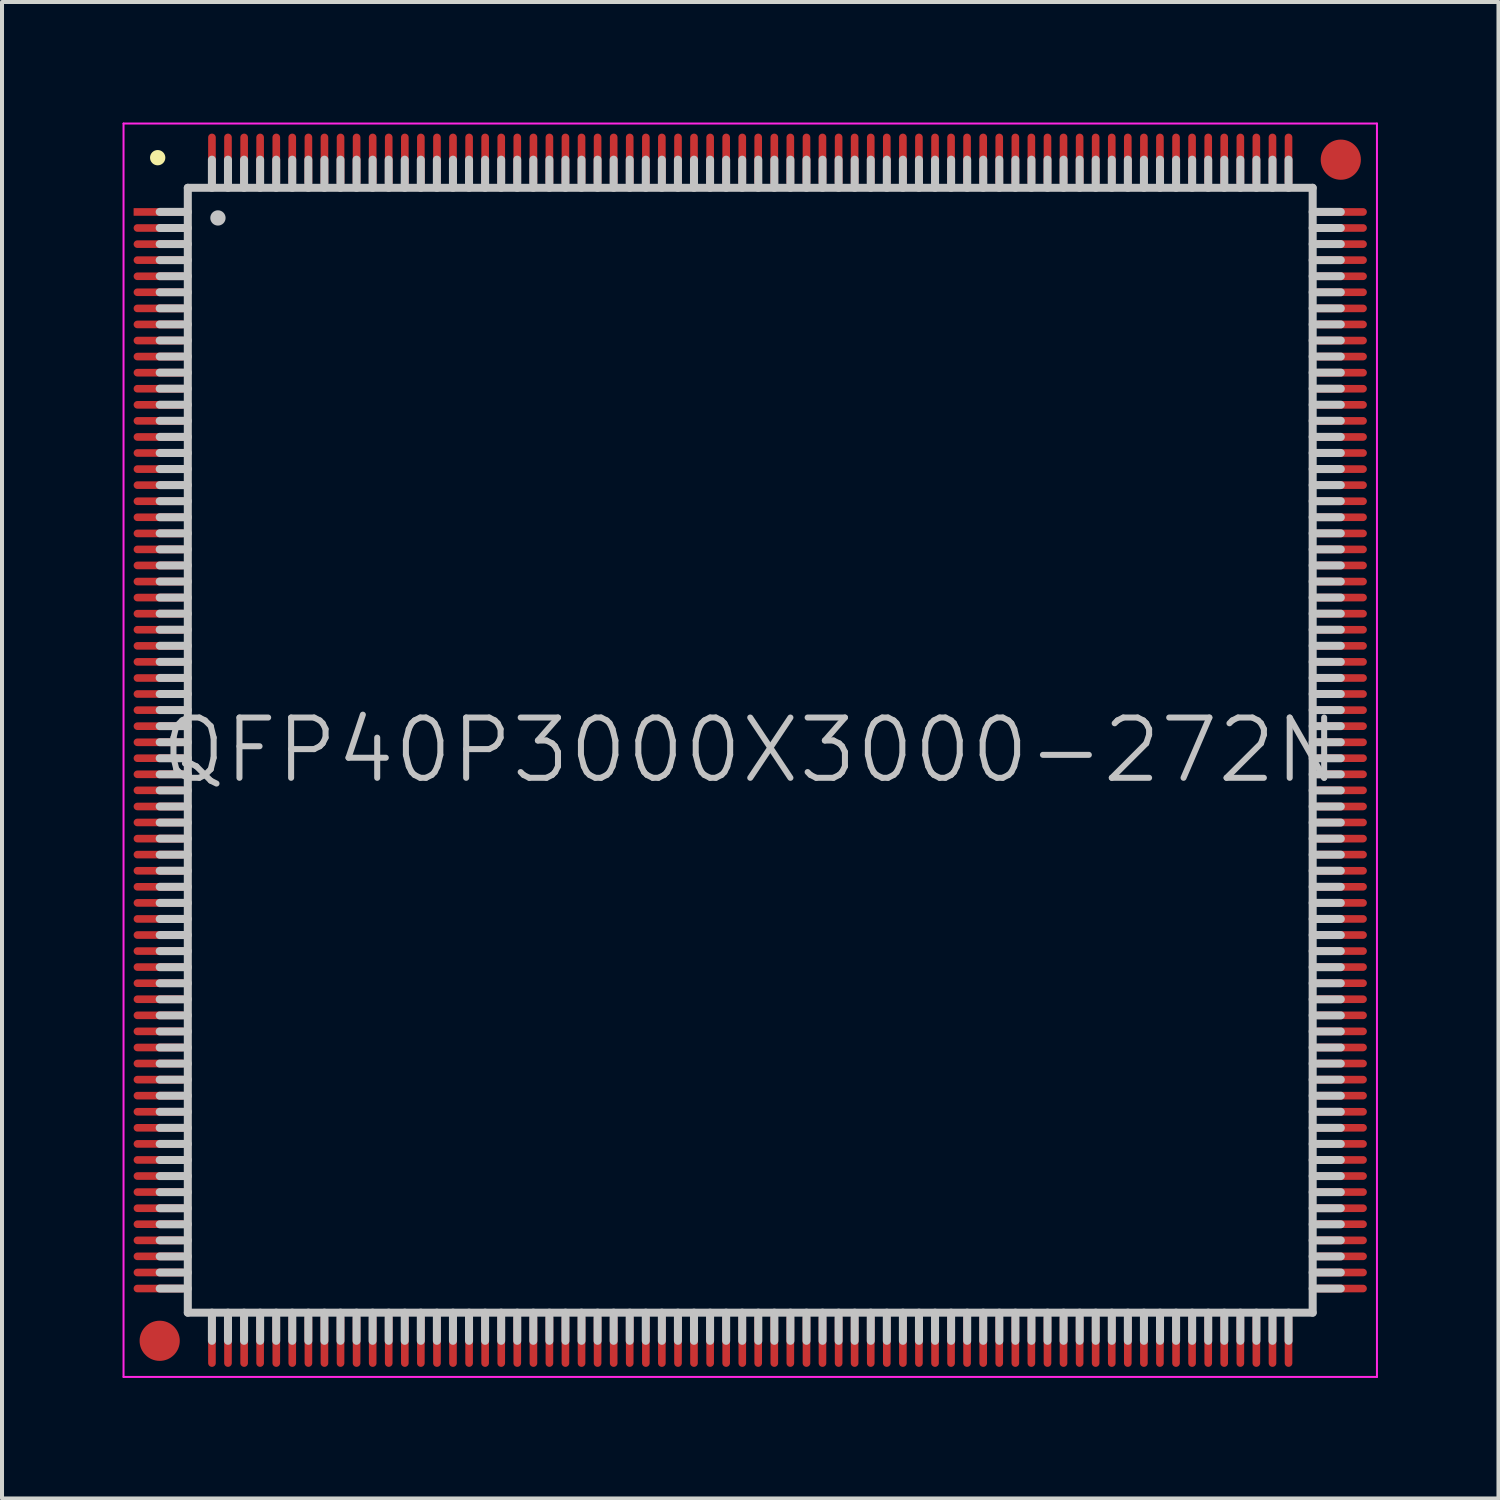
<source format=kicad_pcb>
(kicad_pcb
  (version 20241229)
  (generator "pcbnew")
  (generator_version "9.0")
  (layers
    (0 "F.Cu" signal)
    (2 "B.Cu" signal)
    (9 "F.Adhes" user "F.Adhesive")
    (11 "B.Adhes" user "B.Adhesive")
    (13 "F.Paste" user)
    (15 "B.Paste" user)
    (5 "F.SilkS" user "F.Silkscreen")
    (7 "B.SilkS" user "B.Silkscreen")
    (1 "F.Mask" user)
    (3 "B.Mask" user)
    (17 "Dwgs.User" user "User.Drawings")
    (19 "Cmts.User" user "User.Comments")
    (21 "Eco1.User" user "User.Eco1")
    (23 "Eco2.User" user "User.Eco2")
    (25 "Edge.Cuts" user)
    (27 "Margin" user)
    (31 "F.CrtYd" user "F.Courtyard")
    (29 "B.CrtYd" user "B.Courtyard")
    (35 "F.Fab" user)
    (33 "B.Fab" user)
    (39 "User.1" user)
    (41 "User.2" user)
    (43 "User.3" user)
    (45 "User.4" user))
  (footprint "QFP40P3000X3000-272N"
    (layer "F.Cu")
    (at 15.625 15.625)
    (property "Reference" "QFP40P3000X3000-272N" (at 0 0 0) (layer "Dwgs.User") (effects (font (size 1.5 1.5) (thickness 0.15))))
    (attr smd)
    (fp_line (start -14.75 -14.75) (end -14.75 -14.75) (stroke (width 0.381) (type solid)) (layer "F.SilkS"))
    (fp_line (start -14 -14) (end -14 14) (stroke (width 0.2) (type solid)) (layer "Dwgs.User"))
    (fp_line (start -14 -14) (end 14 -14) (stroke (width 0.2) (type solid)) (layer "Dwgs.User"))
    (fp_line (start -14 -13.4) (end -14.7 -13.4) (stroke (width 0.2) (type solid)) (layer "Dwgs.User"))
    (fp_line (start -14 -13) (end -14.7 -13) (stroke (width 0.2) (type solid)) (layer "Dwgs.User"))
    (fp_line (start -14 -12.6) (end -14.7 -12.6) (stroke (width 0.2) (type solid)) (layer "Dwgs.User"))
    (fp_line (start -14 -12.2) (end -14.7 -12.2) (stroke (width 0.2) (type solid)) (layer "Dwgs.User"))
    (fp_line (start -14 -11.8) (end -14.7 -11.8) (stroke (width 0.2) (type solid)) (layer "Dwgs.User"))
    (fp_line (start -14 -11.4) (end -14.7 -11.4) (stroke (width 0.2) (type solid)) (layer "Dwgs.User"))
    (fp_line (start -14 -11) (end -14.7 -11) (stroke (width 0.2) (type solid)) (layer "Dwgs.User"))
    (fp_line (start -14 -10.6) (end -14.7 -10.6) (stroke (width 0.2) (type solid)) (layer "Dwgs.User"))
    (fp_line (start -14 -10.2) (end -14.7 -10.2) (stroke (width 0.2) (type solid)) (layer "Dwgs.User"))
    (fp_line (start -14 -9.8) (end -14.7 -9.8) (stroke (width 0.2) (type solid)) (layer "Dwgs.User"))
    (fp_line (start -14 -9.4) (end -14.7 -9.4) (stroke (width 0.2) (type solid)) (layer "Dwgs.User"))
    (fp_line (start -14 -9) (end -14.7 -9) (stroke (width 0.2) (type solid)) (layer "Dwgs.User"))
    (fp_line (start -14 -8.6) (end -14.7 -8.6) (stroke (width 0.2) (type solid)) (layer "Dwgs.User"))
    (fp_line (start -14 -8.2) (end -14.7 -8.2) (stroke (width 0.2) (type solid)) (layer "Dwgs.User"))
    (fp_line (start -14 -7.8) (end -14.7 -7.8) (stroke (width 0.2) (type solid)) (layer "Dwgs.User"))
    (fp_line (start -14 -7.4) (end -14.7 -7.4) (stroke (width 0.2) (type solid)) (layer "Dwgs.User"))
    (fp_line (start -14 -7) (end -14.7 -7) (stroke (width 0.2) (type solid)) (layer "Dwgs.User"))
    (fp_line (start -14 -6.6) (end -14.7 -6.6) (stroke (width 0.2) (type solid)) (layer "Dwgs.User"))
    (fp_line (start -14 -6.2) (end -14.7 -6.2) (stroke (width 0.2) (type solid)) (layer "Dwgs.User"))
    (fp_line (start -14 -5.8) (end -14.7 -5.8) (stroke (width 0.2) (type solid)) (layer "Dwgs.User"))
    (fp_line (start -14 -5.4) (end -14.7 -5.4) (stroke (width 0.2) (type solid)) (layer "Dwgs.User"))
    (fp_line (start -14 -5) (end -14.7 -5) (stroke (width 0.2) (type solid)) (layer "Dwgs.User"))
    (fp_line (start -14 -4.6) (end -14.7 -4.6) (stroke (width 0.2) (type solid)) (layer "Dwgs.User"))
    (fp_line (start -14 -4.2) (end -14.7 -4.2) (stroke (width 0.2) (type solid)) (layer "Dwgs.User"))
    (fp_line (start -14 -3.8) (end -14.7 -3.8) (stroke (width 0.2) (type solid)) (layer "Dwgs.User"))
    (fp_line (start -14 -3.4) (end -14.7 -3.4) (stroke (width 0.2) (type solid)) (layer "Dwgs.User"))
    (fp_line (start -14 -3) (end -14.7 -3) (stroke (width 0.2) (type solid)) (layer "Dwgs.User"))
    (fp_line (start -14 -2.6) (end -14.7 -2.6) (stroke (width 0.2) (type solid)) (layer "Dwgs.User"))
    (fp_line (start -14 -2.2) (end -14.7 -2.2) (stroke (width 0.2) (type solid)) (layer "Dwgs.User"))
    (fp_line (start -14 -1.8) (end -14.7 -1.8) (stroke (width 0.2) (type solid)) (layer "Dwgs.User"))
    (fp_line (start -14 -1.4) (end -14.7 -1.4) (stroke (width 0.2) (type solid)) (layer "Dwgs.User"))
    (fp_line (start -14 -1) (end -14.7 -1) (stroke (width 0.2) (type solid)) (layer "Dwgs.User"))
    (fp_line (start -14 -0.6) (end -14.7 -0.6) (stroke (width 0.2) (type solid)) (layer "Dwgs.User"))
    (fp_line (start -14 -0.2) (end -14.7 -0.2) (stroke (width 0.2) (type solid)) (layer "Dwgs.User"))
    (fp_line (start -14 0.2) (end -14.7 0.2) (stroke (width 0.2) (type solid)) (layer "Dwgs.User"))
    (fp_line (start -14 0.6) (end -14.7 0.6) (stroke (width 0.2) (type solid)) (layer "Dwgs.User"))
    (fp_line (start -14 1) (end -14.7 1) (stroke (width 0.2) (type solid)) (layer "Dwgs.User"))
    (fp_line (start -14 1.4) (end -14.7 1.4) (stroke (width 0.2) (type solid)) (layer "Dwgs.User"))
    (fp_line (start -14 1.8) (end -14.7 1.8) (stroke (width 0.2) (type solid)) (layer "Dwgs.User"))
    (fp_line (start -14 2.2) (end -14.7 2.2) (stroke (width 0.2) (type solid)) (layer "Dwgs.User"))
    (fp_line (start -14 2.6) (end -14.7 2.6) (stroke (width 0.2) (type solid)) (layer "Dwgs.User"))
    (fp_line (start -14 3) (end -14.7 3) (stroke (width 0.2) (type solid)) (layer "Dwgs.User"))
    (fp_line (start -14 3.4) (end -14.7 3.4) (stroke (width 0.2) (type solid)) (layer "Dwgs.User"))
    (fp_line (start -14 3.8) (end -14.7 3.8) (stroke (width 0.2) (type solid)) (layer "Dwgs.User"))
    (fp_line (start -14 4.2) (end -14.7 4.2) (stroke (width 0.2) (type solid)) (layer "Dwgs.User"))
    (fp_line (start -14 4.6) (end -14.7 4.6) (stroke (width 0.2) (type solid)) (layer "Dwgs.User"))
    (fp_line (start -14 5) (end -14.7 5) (stroke (width 0.2) (type solid)) (layer "Dwgs.User"))
    (fp_line (start -14 5.4) (end -14.7 5.4) (stroke (width 0.2) (type solid)) (layer "Dwgs.User"))
    (fp_line (start -14 5.8) (end -14.7 5.8) (stroke (width 0.2) (type solid)) (layer "Dwgs.User"))
    (fp_line (start -14 6.2) (end -14.7 6.2) (stroke (width 0.2) (type solid)) (layer "Dwgs.User"))
    (fp_line (start -14 6.6) (end -14.7 6.6) (stroke (width 0.2) (type solid)) (layer "Dwgs.User"))
    (fp_line (start -14 7) (end -14.7 7) (stroke (width 0.2) (type solid)) (layer "Dwgs.User"))
    (fp_line (start -14 7.4) (end -14.7 7.4) (stroke (width 0.2) (type solid)) (layer "Dwgs.User"))
    (fp_line (start -14 7.8) (end -14.7 7.8) (stroke (width 0.2) (type solid)) (layer "Dwgs.User"))
    (fp_line (start -14 8.2) (end -14.7 8.2) (stroke (width 0.2) (type solid)) (layer "Dwgs.User"))
    (fp_line (start -14 8.6) (end -14.7 8.6) (stroke (width 0.2) (type solid)) (layer "Dwgs.User"))
    (fp_line (start -14 9) (end -14.7 9) (stroke (width 0.2) (type solid)) (layer "Dwgs.User"))
    (fp_line (start -14 9.4) (end -14.7 9.4) (stroke (width 0.2) (type solid)) (layer "Dwgs.User"))
    (fp_line (start -14 9.8) (end -14.7 9.8) (stroke (width 0.2) (type solid)) (layer "Dwgs.User"))
    (fp_line (start -14 10.2) (end -14.7 10.2) (stroke (width 0.2) (type solid)) (layer "Dwgs.User"))
    (fp_line (start -14 10.6) (end -14.7 10.6) (stroke (width 0.2) (type solid)) (layer "Dwgs.User"))
    (fp_line (start -14 11) (end -14.7 11) (stroke (width 0.2) (type solid)) (layer "Dwgs.User"))
    (fp_line (start -14 11.4) (end -14.7 11.4) (stroke (width 0.2) (type solid)) (layer "Dwgs.User"))
    (fp_line (start -14 11.8) (end -14.7 11.8) (stroke (width 0.2) (type solid)) (layer "Dwgs.User"))
    (fp_line (start -14 12.2) (end -14.7 12.2) (stroke (width 0.2) (type solid)) (layer "Dwgs.User"))
    (fp_line (start -14 12.6) (end -14.7 12.6) (stroke (width 0.2) (type solid)) (layer "Dwgs.User"))
    (fp_line (start -14 13) (end -14.7 13) (stroke (width 0.2) (type solid)) (layer "Dwgs.User"))
    (fp_line (start -14 13.4) (end -14.7 13.4) (stroke (width 0.2) (type solid)) (layer "Dwgs.User"))
    (fp_line (start -14 14) (end 14 14) (stroke (width 0.2) (type solid)) (layer "Dwgs.User"))
    (fp_line (start -13.4 -14) (end -13.4 -14.7) (stroke (width 0.2) (type solid)) (layer "Dwgs.User"))
    (fp_line (start -13.4 14.7) (end -13.4 14) (stroke (width 0.2) (type solid)) (layer "Dwgs.User"))
    (fp_line (start -13.25 -13.25) (end -13.25 -13.25) (stroke (width 0.381) (type solid)) (layer "Dwgs.User"))
    (fp_line (start -13 -14) (end -13 -14.7) (stroke (width 0.2) (type solid)) (layer "Dwgs.User"))
    (fp_line (start -13 14.7) (end -13 14) (stroke (width 0.2) (type solid)) (layer "Dwgs.User"))
    (fp_line (start -12.6 -14) (end -12.6 -14.7) (stroke (width 0.2) (type solid)) (layer "Dwgs.User"))
    (fp_line (start -12.6 14.7) (end -12.6 14) (stroke (width 0.2) (type solid)) (layer "Dwgs.User"))
    (fp_line (start -12.2 -14) (end -12.2 -14.7) (stroke (width 0.2) (type solid)) (layer "Dwgs.User"))
    (fp_line (start -12.2 14.7) (end -12.2 14) (stroke (width 0.2) (type solid)) (layer "Dwgs.User"))
    (fp_line (start -11.8 -14) (end -11.8 -14.7) (stroke (width 0.2) (type solid)) (layer "Dwgs.User"))
    (fp_line (start -11.8 14.7) (end -11.8 14) (stroke (width 0.2) (type solid)) (layer "Dwgs.User"))
    (fp_line (start -11.4 -14) (end -11.4 -14.7) (stroke (width 0.2) (type solid)) (layer "Dwgs.User"))
    (fp_line (start -11.4 14.7) (end -11.4 14) (stroke (width 0.2) (type solid)) (layer "Dwgs.User"))
    (fp_line (start -11 -14) (end -11 -14.7) (stroke (width 0.2) (type solid)) (layer "Dwgs.User"))
    (fp_line (start -11 14.7) (end -11 14) (stroke (width 0.2) (type solid)) (layer "Dwgs.User"))
    (fp_line (start -10.6 -14) (end -10.6 -14.7) (stroke (width 0.2) (type solid)) (layer "Dwgs.User"))
    (fp_line (start -10.6 14.7) (end -10.6 14) (stroke (width 0.2) (type solid)) (layer "Dwgs.User"))
    (fp_line (start -10.2 -14) (end -10.2 -14.7) (stroke (width 0.2) (type solid)) (layer "Dwgs.User"))
    (fp_line (start -10.2 14.7) (end -10.2 14) (stroke (width 0.2) (type solid)) (layer "Dwgs.User"))
    (fp_line (start -9.8 -14) (end -9.8 -14.7) (stroke (width 0.2) (type solid)) (layer "Dwgs.User"))
    (fp_line (start -9.8 14.7) (end -9.8 14) (stroke (width 0.2) (type solid)) (layer "Dwgs.User"))
    (fp_line (start -9.4 -14) (end -9.4 -14.7) (stroke (width 0.2) (type solid)) (layer "Dwgs.User"))
    (fp_line (start -9.4 14.7) (end -9.4 14) (stroke (width 0.2) (type solid)) (layer "Dwgs.User"))
    (fp_line (start -9 -14) (end -9 -14.7) (stroke (width 0.2) (type solid)) (layer "Dwgs.User"))
    (fp_line (start -9 14.7) (end -9 14) (stroke (width 0.2) (type solid)) (layer "Dwgs.User"))
    (fp_line (start -8.6 -14) (end -8.6 -14.7) (stroke (width 0.2) (type solid)) (layer "Dwgs.User"))
    (fp_line (start -8.6 14.7) (end -8.6 14) (stroke (width 0.2) (type solid)) (layer "Dwgs.User"))
    (fp_line (start -8.2 -14) (end -8.2 -14.7) (stroke (width 0.2) (type solid)) (layer "Dwgs.User"))
    (fp_line (start -8.2 14.7) (end -8.2 14) (stroke (width 0.2) (type solid)) (layer "Dwgs.User"))
    (fp_line (start -7.8 -14) (end -7.8 -14.7) (stroke (width 0.2) (type solid)) (layer "Dwgs.User"))
    (fp_line (start -7.8 14.7) (end -7.8 14) (stroke (width 0.2) (type solid)) (layer "Dwgs.User"))
    (fp_line (start -7.4 -14) (end -7.4 -14.7) (stroke (width 0.2) (type solid)) (layer "Dwgs.User"))
    (fp_line (start -7.4 14.7) (end -7.4 14) (stroke (width 0.2) (type solid)) (layer "Dwgs.User"))
    (fp_line (start -7 -14) (end -7 -14.7) (stroke (width 0.2) (type solid)) (layer "Dwgs.User"))
    (fp_line (start -7 14.7) (end -7 14) (stroke (width 0.2) (type solid)) (layer "Dwgs.User"))
    (fp_line (start -6.6 -14) (end -6.6 -14.7) (stroke (width 0.2) (type solid)) (layer "Dwgs.User"))
    (fp_line (start -6.6 14.7) (end -6.6 14) (stroke (width 0.2) (type solid)) (layer "Dwgs.User"))
    (fp_line (start -6.2 -14) (end -6.2 -14.7) (stroke (width 0.2) (type solid)) (layer "Dwgs.User"))
    (fp_line (start -6.2 14.7) (end -6.2 14) (stroke (width 0.2) (type solid)) (layer "Dwgs.User"))
    (fp_line (start -5.8 -14) (end -5.8 -14.7) (stroke (width 0.2) (type solid)) (layer "Dwgs.User"))
    (fp_line (start -5.8 14.7) (end -5.8 14) (stroke (width 0.2) (type solid)) (layer "Dwgs.User"))
    (fp_line (start -5.4 -14) (end -5.4 -14.7) (stroke (width 0.2) (type solid)) (layer "Dwgs.User"))
    (fp_line (start -5.4 14.7) (end -5.4 14) (stroke (width 0.2) (type solid)) (layer "Dwgs.User"))
    (fp_line (start -5 -14) (end -5 -14.7) (stroke (width 0.2) (type solid)) (layer "Dwgs.User"))
    (fp_line (start -5 14.7) (end -5 14) (stroke (width 0.2) (type solid)) (layer "Dwgs.User"))
    (fp_line (start -4.6 -14) (end -4.6 -14.7) (stroke (width 0.2) (type solid)) (layer "Dwgs.User"))
    (fp_line (start -4.6 14.7) (end -4.6 14) (stroke (width 0.2) (type solid)) (layer "Dwgs.User"))
    (fp_line (start -4.2 -14) (end -4.2 -14.7) (stroke (width 0.2) (type solid)) (layer "Dwgs.User"))
    (fp_line (start -4.2 14.7) (end -4.2 14) (stroke (width 0.2) (type solid)) (layer "Dwgs.User"))
    (fp_line (start -3.8 -14) (end -3.8 -14.7) (stroke (width 0.2) (type solid)) (layer "Dwgs.User"))
    (fp_line (start -3.8 14.7) (end -3.8 14) (stroke (width 0.2) (type solid)) (layer "Dwgs.User"))
    (fp_line (start -3.4 -14) (end -3.4 -14.7) (stroke (width 0.2) (type solid)) (layer "Dwgs.User"))
    (fp_line (start -3.4 14.7) (end -3.4 14) (stroke (width 0.2) (type solid)) (layer "Dwgs.User"))
    (fp_line (start -3 -14) (end -3 -14.7) (stroke (width 0.2) (type solid)) (layer "Dwgs.User"))
    (fp_line (start -3 14.7) (end -3 14) (stroke (width 0.2) (type solid)) (layer "Dwgs.User"))
    (fp_line (start -2.6 -14) (end -2.6 -14.7) (stroke (width 0.2) (type solid)) (layer "Dwgs.User"))
    (fp_line (start -2.6 14.7) (end -2.6 14) (stroke (width 0.2) (type solid)) (layer "Dwgs.User"))
    (fp_line (start -2.2 -14) (end -2.2 -14.7) (stroke (width 0.2) (type solid)) (layer "Dwgs.User"))
    (fp_line (start -2.2 14.7) (end -2.2 14) (stroke (width 0.2) (type solid)) (layer "Dwgs.User"))
    (fp_line (start -1.8 -14) (end -1.8 -14.7) (stroke (width 0.2) (type solid)) (layer "Dwgs.User"))
    (fp_line (start -1.8 14.7) (end -1.8 14) (stroke (width 0.2) (type solid)) (layer "Dwgs.User"))
    (fp_line (start -1.4 -14) (end -1.4 -14.7) (stroke (width 0.2) (type solid)) (layer "Dwgs.User"))
    (fp_line (start -1.4 14.7) (end -1.4 14) (stroke (width 0.2) (type solid)) (layer "Dwgs.User"))
    (fp_line (start -1 -14) (end -1 -14.7) (stroke (width 0.2) (type solid)) (layer "Dwgs.User"))
    (fp_line (start -1 14.7) (end -1 14) (stroke (width 0.2) (type solid)) (layer "Dwgs.User"))
    (fp_line (start -0.6 -14) (end -0.6 -14.7) (stroke (width 0.2) (type solid)) (layer "Dwgs.User"))
    (fp_line (start -0.6 14.7) (end -0.6 14) (stroke (width 0.2) (type solid)) (layer "Dwgs.User"))
    (fp_line (start -0.2 -14) (end -0.2 -14.7) (stroke (width 0.2) (type solid)) (layer "Dwgs.User"))
    (fp_line (start -0.2 14.7) (end -0.2 14) (stroke (width 0.2) (type solid)) (layer "Dwgs.User"))
    (fp_line (start 0.2 -14) (end 0.2 -14.7) (stroke (width 0.2) (type solid)) (layer "Dwgs.User"))
    (fp_line (start 0.2 14.7) (end 0.2 14) (stroke (width 0.2) (type solid)) (layer "Dwgs.User"))
    (fp_line (start 0.6 -14) (end 0.6 -14.7) (stroke (width 0.2) (type solid)) (layer "Dwgs.User"))
    (fp_line (start 0.6 14.7) (end 0.6 14) (stroke (width 0.2) (type solid)) (layer "Dwgs.User"))
    (fp_line (start 1 -14) (end 1 -14.7) (stroke (width 0.2) (type solid)) (layer "Dwgs.User"))
    (fp_line (start 1 14.7) (end 1 14) (stroke (width 0.2) (type solid)) (layer "Dwgs.User"))
    (fp_line (start 1.4 -14) (end 1.4 -14.7) (stroke (width 0.2) (type solid)) (layer "Dwgs.User"))
    (fp_line (start 1.4 14.7) (end 1.4 14) (stroke (width 0.2) (type solid)) (layer "Dwgs.User"))
    (fp_line (start 1.8 -14) (end 1.8 -14.7) (stroke (width 0.2) (type solid)) (layer "Dwgs.User"))
    (fp_line (start 1.8 14.7) (end 1.8 14) (stroke (width 0.2) (type solid)) (layer "Dwgs.User"))
    (fp_line (start 2.2 -14) (end 2.2 -14.7) (stroke (width 0.2) (type solid)) (layer "Dwgs.User"))
    (fp_line (start 2.2 14.7) (end 2.2 14) (stroke (width 0.2) (type solid)) (layer "Dwgs.User"))
    (fp_line (start 2.6 -14) (end 2.6 -14.7) (stroke (width 0.2) (type solid)) (layer "Dwgs.User"))
    (fp_line (start 2.6 14.7) (end 2.6 14) (stroke (width 0.2) (type solid)) (layer "Dwgs.User"))
    (fp_line (start 3 -14) (end 3 -14.7) (stroke (width 0.2) (type solid)) (layer "Dwgs.User"))
    (fp_line (start 3 14.7) (end 3 14) (stroke (width 0.2) (type solid)) (layer "Dwgs.User"))
    (fp_line (start 3.4 -14) (end 3.4 -14.7) (stroke (width 0.2) (type solid)) (layer "Dwgs.User"))
    (fp_line (start 3.4 14.7) (end 3.4 14) (stroke (width 0.2) (type solid)) (layer "Dwgs.User"))
    (fp_line (start 3.8 -14) (end 3.8 -14.7) (stroke (width 0.2) (type solid)) (layer "Dwgs.User"))
    (fp_line (start 3.8 14.7) (end 3.8 14) (stroke (width 0.2) (type solid)) (layer "Dwgs.User"))
    (fp_line (start 4.2 -14) (end 4.2 -14.7) (stroke (width 0.2) (type solid)) (layer "Dwgs.User"))
    (fp_line (start 4.2 14.7) (end 4.2 14) (stroke (width 0.2) (type solid)) (layer "Dwgs.User"))
    (fp_line (start 4.6 -14) (end 4.6 -14.7) (stroke (width 0.2) (type solid)) (layer "Dwgs.User"))
    (fp_line (start 4.6 14.7) (end 4.6 14) (stroke (width 0.2) (type solid)) (layer "Dwgs.User"))
    (fp_line (start 5 -14) (end 5 -14.7) (stroke (width 0.2) (type solid)) (layer "Dwgs.User"))
    (fp_line (start 5 14.7) (end 5 14) (stroke (width 0.2) (type solid)) (layer "Dwgs.User"))
    (fp_line (start 5.4 -14) (end 5.4 -14.7) (stroke (width 0.2) (type solid)) (layer "Dwgs.User"))
    (fp_line (start 5.4 14.7) (end 5.4 14) (stroke (width 0.2) (type solid)) (layer "Dwgs.User"))
    (fp_line (start 5.8 -14) (end 5.8 -14.7) (stroke (width 0.2) (type solid)) (layer "Dwgs.User"))
    (fp_line (start 5.8 14.7) (end 5.8 14) (stroke (width 0.2) (type solid)) (layer "Dwgs.User"))
    (fp_line (start 6.2 -14) (end 6.2 -14.7) (stroke (width 0.2) (type solid)) (layer "Dwgs.User"))
    (fp_line (start 6.2 14.7) (end 6.2 14) (stroke (width 0.2) (type solid)) (layer "Dwgs.User"))
    (fp_line (start 6.6 -14) (end 6.6 -14.7) (stroke (width 0.2) (type solid)) (layer "Dwgs.User"))
    (fp_line (start 6.6 14.7) (end 6.6 14) (stroke (width 0.2) (type solid)) (layer "Dwgs.User"))
    (fp_line (start 7 -14) (end 7 -14.7) (stroke (width 0.2) (type solid)) (layer "Dwgs.User"))
    (fp_line (start 7 14.7) (end 7 14) (stroke (width 0.2) (type solid)) (layer "Dwgs.User"))
    (fp_line (start 7.4 -14) (end 7.4 -14.7) (stroke (width 0.2) (type solid)) (layer "Dwgs.User"))
    (fp_line (start 7.4 14.7) (end 7.4 14) (stroke (width 0.2) (type solid)) (layer "Dwgs.User"))
    (fp_line (start 7.8 -14) (end 7.8 -14.7) (stroke (width 0.2) (type solid)) (layer "Dwgs.User"))
    (fp_line (start 7.8 14.7) (end 7.8 14) (stroke (width 0.2) (type solid)) (layer "Dwgs.User"))
    (fp_line (start 8.2 -14) (end 8.2 -14.7) (stroke (width 0.2) (type solid)) (layer "Dwgs.User"))
    (fp_line (start 8.2 14.7) (end 8.2 14) (stroke (width 0.2) (type solid)) (layer "Dwgs.User"))
    (fp_line (start 8.6 -14) (end 8.6 -14.7) (stroke (width 0.2) (type solid)) (layer "Dwgs.User"))
    (fp_line (start 8.6 14.7) (end 8.6 14) (stroke (width 0.2) (type solid)) (layer "Dwgs.User"))
    (fp_line (start 9 -14) (end 9 -14.7) (stroke (width 0.2) (type solid)) (layer "Dwgs.User"))
    (fp_line (start 9 14.7) (end 9 14) (stroke (width 0.2) (type solid)) (layer "Dwgs.User"))
    (fp_line (start 9.4 -14) (end 9.4 -14.7) (stroke (width 0.2) (type solid)) (layer "Dwgs.User"))
    (fp_line (start 9.4 14.7) (end 9.4 14) (stroke (width 0.2) (type solid)) (layer "Dwgs.User"))
    (fp_line (start 9.8 -14) (end 9.8 -14.7) (stroke (width 0.2) (type solid)) (layer "Dwgs.User"))
    (fp_line (start 9.8 14.7) (end 9.8 14) (stroke (width 0.2) (type solid)) (layer "Dwgs.User"))
    (fp_line (start 10.2 -14) (end 10.2 -14.7) (stroke (width 0.2) (type solid)) (layer "Dwgs.User"))
    (fp_line (start 10.2 14.7) (end 10.2 14) (stroke (width 0.2) (type solid)) (layer "Dwgs.User"))
    (fp_line (start 10.6 -14) (end 10.6 -14.7) (stroke (width 0.2) (type solid)) (layer "Dwgs.User"))
    (fp_line (start 10.6 14.7) (end 10.6 14) (stroke (width 0.2) (type solid)) (layer "Dwgs.User"))
    (fp_line (start 11 -14) (end 11 -14.7) (stroke (width 0.2) (type solid)) (layer "Dwgs.User"))
    (fp_line (start 11 14.7) (end 11 14) (stroke (width 0.2) (type solid)) (layer "Dwgs.User"))
    (fp_line (start 11.4 -14) (end 11.4 -14.7) (stroke (width 0.2) (type solid)) (layer "Dwgs.User"))
    (fp_line (start 11.4 14.7) (end 11.4 14) (stroke (width 0.2) (type solid)) (layer "Dwgs.User"))
    (fp_line (start 11.8 -14) (end 11.8 -14.7) (stroke (width 0.2) (type solid)) (layer "Dwgs.User"))
    (fp_line (start 11.8 14.7) (end 11.8 14) (stroke (width 0.2) (type solid)) (layer "Dwgs.User"))
    (fp_line (start 12.2 -14) (end 12.2 -14.7) (stroke (width 0.2) (type solid)) (layer "Dwgs.User"))
    (fp_line (start 12.2 14.7) (end 12.2 14) (stroke (width 0.2) (type solid)) (layer "Dwgs.User"))
    (fp_line (start 12.6 -14) (end 12.6 -14.7) (stroke (width 0.2) (type solid)) (layer "Dwgs.User"))
    (fp_line (start 12.6 14.7) (end 12.6 14) (stroke (width 0.2) (type solid)) (layer "Dwgs.User"))
    (fp_line (start 13 -14) (end 13 -14.7) (stroke (width 0.2) (type solid)) (layer "Dwgs.User"))
    (fp_line (start 13 14.7) (end 13 14) (stroke (width 0.2) (type solid)) (layer "Dwgs.User"))
    (fp_line (start 13.4 -14) (end 13.4 -14.7) (stroke (width 0.2) (type solid)) (layer "Dwgs.User"))
    (fp_line (start 13.4 14.7) (end 13.4 14) (stroke (width 0.2) (type solid)) (layer "Dwgs.User"))
    (fp_line (start 14 -14) (end 14 14) (stroke (width 0.2) (type solid)) (layer "Dwgs.User"))
    (fp_line (start 14.7 -13.4) (end 14 -13.4) (stroke (width 0.2) (type solid)) (layer "Dwgs.User"))
    (fp_line (start 14.7 -13) (end 14 -13) (stroke (width 0.2) (type solid)) (layer "Dwgs.User"))
    (fp_line (start 14.7 -12.6) (end 14 -12.6) (stroke (width 0.2) (type solid)) (layer "Dwgs.User"))
    (fp_line (start 14.7 -12.2) (end 14 -12.2) (stroke (width 0.2) (type solid)) (layer "Dwgs.User"))
    (fp_line (start 14.7 -11.8) (end 14 -11.8) (stroke (width 0.2) (type solid)) (layer "Dwgs.User"))
    (fp_line (start 14.7 -11.4) (end 14 -11.4) (stroke (width 0.2) (type solid)) (layer "Dwgs.User"))
    (fp_line (start 14.7 -11) (end 14 -11) (stroke (width 0.2) (type solid)) (layer "Dwgs.User"))
    (fp_line (start 14.7 -10.6) (end 14 -10.6) (stroke (width 0.2) (type solid)) (layer "Dwgs.User"))
    (fp_line (start 14.7 -10.2) (end 14 -10.2) (stroke (width 0.2) (type solid)) (layer "Dwgs.User"))
    (fp_line (start 14.7 -9.8) (end 14 -9.8) (stroke (width 0.2) (type solid)) (layer "Dwgs.User"))
    (fp_line (start 14.7 -9.4) (end 14 -9.4) (stroke (width 0.2) (type solid)) (layer "Dwgs.User"))
    (fp_line (start 14.7 -9) (end 14 -9) (stroke (width 0.2) (type solid)) (layer "Dwgs.User"))
    (fp_line (start 14.7 -8.6) (end 14 -8.6) (stroke (width 0.2) (type solid)) (layer "Dwgs.User"))
    (fp_line (start 14.7 -8.2) (end 14 -8.2) (stroke (width 0.2) (type solid)) (layer "Dwgs.User"))
    (fp_line (start 14.7 -7.8) (end 14 -7.8) (stroke (width 0.2) (type solid)) (layer "Dwgs.User"))
    (fp_line (start 14.7 -7.4) (end 14 -7.4) (stroke (width 0.2) (type solid)) (layer "Dwgs.User"))
    (fp_line (start 14.7 -7) (end 14 -7) (stroke (width 0.2) (type solid)) (layer "Dwgs.User"))
    (fp_line (start 14.7 -6.6) (end 14 -6.6) (stroke (width 0.2) (type solid)) (layer "Dwgs.User"))
    (fp_line (start 14.7 -6.2) (end 14 -6.2) (stroke (width 0.2) (type solid)) (layer "Dwgs.User"))
    (fp_line (start 14.7 -5.8) (end 14 -5.8) (stroke (width 0.2) (type solid)) (layer "Dwgs.User"))
    (fp_line (start 14.7 -5.4) (end 14 -5.4) (stroke (width 0.2) (type solid)) (layer "Dwgs.User"))
    (fp_line (start 14.7 -5) (end 14 -5) (stroke (width 0.2) (type solid)) (layer "Dwgs.User"))
    (fp_line (start 14.7 -4.6) (end 14 -4.6) (stroke (width 0.2) (type solid)) (layer "Dwgs.User"))
    (fp_line (start 14.7 -4.2) (end 14 -4.2) (stroke (width 0.2) (type solid)) (layer "Dwgs.User"))
    (fp_line (start 14.7 -3.8) (end 14 -3.8) (stroke (width 0.2) (type solid)) (layer "Dwgs.User"))
    (fp_line (start 14.7 -3.4) (end 14 -3.4) (stroke (width 0.2) (type solid)) (layer "Dwgs.User"))
    (fp_line (start 14.7 -3) (end 14 -3) (stroke (width 0.2) (type solid)) (layer "Dwgs.User"))
    (fp_line (start 14.7 -2.6) (end 14 -2.6) (stroke (width 0.2) (type solid)) (layer "Dwgs.User"))
    (fp_line (start 14.7 -2.2) (end 14 -2.2) (stroke (width 0.2) (type solid)) (layer "Dwgs.User"))
    (fp_line (start 14.7 -1.8) (end 14 -1.8) (stroke (width 0.2) (type solid)) (layer "Dwgs.User"))
    (fp_line (start 14.7 -1.4) (end 14 -1.4) (stroke (width 0.2) (type solid)) (layer "Dwgs.User"))
    (fp_line (start 14.7 -1) (end 14 -1) (stroke (width 0.2) (type solid)) (layer "Dwgs.User"))
    (fp_line (start 14.7 -0.6) (end 14 -0.6) (stroke (width 0.2) (type solid)) (layer "Dwgs.User"))
    (fp_line (start 14.7 -0.2) (end 14 -0.2) (stroke (width 0.2) (type solid)) (layer "Dwgs.User"))
    (fp_line (start 14.7 0.2) (end 14 0.2) (stroke (width 0.2) (type solid)) (layer "Dwgs.User"))
    (fp_line (start 14.7 0.6) (end 14 0.6) (stroke (width 0.2) (type solid)) (layer "Dwgs.User"))
    (fp_line (start 14.7 1) (end 14 1) (stroke (width 0.2) (type solid)) (layer "Dwgs.User"))
    (fp_line (start 14.7 1.4) (end 14 1.4) (stroke (width 0.2) (type solid)) (layer "Dwgs.User"))
    (fp_line (start 14.7 1.8) (end 14 1.8) (stroke (width 0.2) (type solid)) (layer "Dwgs.User"))
    (fp_line (start 14.7 2.2) (end 14 2.2) (stroke (width 0.2) (type solid)) (layer "Dwgs.User"))
    (fp_line (start 14.7 2.6) (end 14 2.6) (stroke (width 0.2) (type solid)) (layer "Dwgs.User"))
    (fp_line (start 14.7 3) (end 14 3) (stroke (width 0.2) (type solid)) (layer "Dwgs.User"))
    (fp_line (start 14.7 3.4) (end 14 3.4) (stroke (width 0.2) (type solid)) (layer "Dwgs.User"))
    (fp_line (start 14.7 3.8) (end 14 3.8) (stroke (width 0.2) (type solid)) (layer "Dwgs.User"))
    (fp_line (start 14.7 4.2) (end 14 4.2) (stroke (width 0.2) (type solid)) (layer "Dwgs.User"))
    (fp_line (start 14.7 4.6) (end 14 4.6) (stroke (width 0.2) (type solid)) (layer "Dwgs.User"))
    (fp_line (start 14.7 5) (end 14 5) (stroke (width 0.2) (type solid)) (layer "Dwgs.User"))
    (fp_line (start 14.7 5.4) (end 14 5.4) (stroke (width 0.2) (type solid)) (layer "Dwgs.User"))
    (fp_line (start 14.7 5.8) (end 14 5.8) (stroke (width 0.2) (type solid)) (layer "Dwgs.User"))
    (fp_line (start 14.7 6.2) (end 14 6.2) (stroke (width 0.2) (type solid)) (layer "Dwgs.User"))
    (fp_line (start 14.7 6.6) (end 14 6.6) (stroke (width 0.2) (type solid)) (layer "Dwgs.User"))
    (fp_line (start 14.7 7) (end 14 7) (stroke (width 0.2) (type solid)) (layer "Dwgs.User"))
    (fp_line (start 14.7 7.4) (end 14 7.4) (stroke (width 0.2) (type solid)) (layer "Dwgs.User"))
    (fp_line (start 14.7 7.8) (end 14 7.8) (stroke (width 0.2) (type solid)) (layer "Dwgs.User"))
    (fp_line (start 14.7 8.2) (end 14 8.2) (stroke (width 0.2) (type solid)) (layer "Dwgs.User"))
    (fp_line (start 14.7 8.6) (end 14 8.6) (stroke (width 0.2) (type solid)) (layer "Dwgs.User"))
    (fp_line (start 14.7 9) (end 14 9) (stroke (width 0.2) (type solid)) (layer "Dwgs.User"))
    (fp_line (start 14.7 9.4) (end 14 9.4) (stroke (width 0.2) (type solid)) (layer "Dwgs.User"))
    (fp_line (start 14.7 9.8) (end 14 9.8) (stroke (width 0.2) (type solid)) (layer "Dwgs.User"))
    (fp_line (start 14.7 10.2) (end 14 10.2) (stroke (width 0.2) (type solid)) (layer "Dwgs.User"))
    (fp_line (start 14.7 10.6) (end 14 10.6) (stroke (width 0.2) (type solid)) (layer "Dwgs.User"))
    (fp_line (start 14.7 11) (end 14 11) (stroke (width 0.2) (type solid)) (layer "Dwgs.User"))
    (fp_line (start 14.7 11.4) (end 14 11.4) (stroke (width 0.2) (type solid)) (layer "Dwgs.User"))
    (fp_line (start 14.7 11.8) (end 14 11.8) (stroke (width 0.2) (type solid)) (layer "Dwgs.User"))
    (fp_line (start 14.7 12.2) (end 14 12.2) (stroke (width 0.2) (type solid)) (layer "Dwgs.User"))
    (fp_line (start 14.7 12.6) (end 14 12.6) (stroke (width 0.2) (type solid)) (layer "Dwgs.User"))
    (fp_line (start 14.7 13) (end 14 13) (stroke (width 0.2) (type solid)) (layer "Dwgs.User"))
    (fp_line (start 14.7 13.4) (end 14 13.4) (stroke (width 0.2) (type solid)) (layer "Dwgs.User"))
    (fp_line (start -15.6 -15.6) (end -15.6 15.6) (stroke (width 0.05) (type solid)) (layer "F.CrtYd"))
    (fp_line (start -15.6 -15.6) (end 15.6 -15.6) (stroke (width 0.05) (type solid)) (layer "F.CrtYd"))
    (fp_line (start -15.6 15.6) (end 15.6 15.6) (stroke (width 0.05) (type solid)) (layer "F.CrtYd"))
    (fp_line (start 15.6 -15.6) (end 15.6 15.6) (stroke (width 0.05) (type solid)) (layer "F.CrtYd"))
    (pad "" smd circle (at -14.7 14.7) (size 1 1) (layers "F.Cu" "F.Mask"))
    (pad "" smd circle (at 14.7 -14.7) (size 1 1) (layers "F.Cu" "F.Mask"))
    (pad "1" smd rect (at -14.699 -13.399 90) (size 0.19 1.3) (layers "F.Cu" "F.Mask" "F.Paste"))
    (pad "2" smd oval (at -14.699 -13 90) (size 0.19 1.3) (layers "F.Cu" "F.Mask" "F.Paste"))
    (pad "3" smd oval (at -14.699 -12.598 90) (size 0.19 1.3) (layers "F.Cu" "F.Mask" "F.Paste"))
    (pad "4" smd oval (at -14.699 -12.2 90) (size 0.19 1.3) (layers "F.Cu" "F.Mask" "F.Paste"))
    (pad "5" smd oval (at -14.699 -11.798 90) (size 0.19 1.3) (layers "F.Cu" "F.Mask" "F.Paste"))
    (pad "6" smd oval (at -14.699 -11.4 90) (size 0.19 1.3) (layers "F.Cu" "F.Mask" "F.Paste"))
    (pad "7" smd oval (at -14.699 -10.998 90) (size 0.19 1.3) (layers "F.Cu" "F.Mask" "F.Paste"))
    (pad "8" smd oval (at -14.699 -10.599 90) (size 0.19 1.3) (layers "F.Cu" "F.Mask" "F.Paste"))
    (pad "9" smd oval (at -14.699 -10.198 90) (size 0.19 1.3) (layers "F.Cu" "F.Mask" "F.Paste"))
    (pad "10" smd oval (at -14.699 -9.799 90) (size 0.19 1.3) (layers "F.Cu" "F.Mask" "F.Paste"))
    (pad "11" smd oval (at -14.699 -9.398 90) (size 0.19 1.3) (layers "F.Cu" "F.Mask" "F.Paste"))
    (pad "12" smd oval (at -14.699 -8.999 90) (size 0.19 1.3) (layers "F.Cu" "F.Mask" "F.Paste"))
    (pad "13" smd oval (at -14.699 -8.598 90) (size 0.19 1.3) (layers "F.Cu" "F.Mask" "F.Paste"))
    (pad "14" smd oval (at -14.699 -8.199 90) (size 0.19 1.3) (layers "F.Cu" "F.Mask" "F.Paste"))
    (pad "15" smd oval (at -14.699 -7.798 90) (size 0.19 1.3) (layers "F.Cu" "F.Mask" "F.Paste"))
    (pad "16" smd oval (at -14.699 -7.399 90) (size 0.19 1.3) (layers "F.Cu" "F.Mask" "F.Paste"))
    (pad "17" smd oval (at -14.699 -6.998 90) (size 0.19 1.3) (layers "F.Cu" "F.Mask" "F.Paste"))
    (pad "18" smd oval (at -14.699 -6.599 90) (size 0.19 1.3) (layers "F.Cu" "F.Mask" "F.Paste"))
    (pad "19" smd oval (at -14.699 -6.198 90) (size 0.19 1.3) (layers "F.Cu" "F.Mask" "F.Paste"))
    (pad "20" smd oval (at -14.699 -5.799 90) (size 0.19 1.3) (layers "F.Cu" "F.Mask" "F.Paste"))
    (pad "21" smd oval (at -14.699 -5.397 90) (size 0.19 1.3) (layers "F.Cu" "F.Mask" "F.Paste"))
    (pad "22" smd oval (at -14.699 -4.999 90) (size 0.19 1.3) (layers "F.Cu" "F.Mask" "F.Paste"))
    (pad "23" smd oval (at -14.699 -4.6 90) (size 0.19 1.3) (layers "F.Cu" "F.Mask" "F.Paste"))
    (pad "24" smd oval (at -14.699 -4.199 90) (size 0.19 1.3) (layers "F.Cu" "F.Mask" "F.Paste"))
    (pad "25" smd oval (at -14.699 -3.8 90) (size 0.19 1.3) (layers "F.Cu" "F.Mask" "F.Paste"))
    (pad "26" smd oval (at -14.699 -3.399 90) (size 0.19 1.3) (layers "F.Cu" "F.Mask" "F.Paste"))
    (pad "27" smd oval (at -14.699 -3 90) (size 0.19 1.3) (layers "F.Cu" "F.Mask" "F.Paste"))
    (pad "28" smd oval (at -14.699 -2.598 90) (size 0.19 1.3) (layers "F.Cu" "F.Mask" "F.Paste"))
    (pad "29" smd oval (at -14.699 -2.2 90) (size 0.19 1.3) (layers "F.Cu" "F.Mask" "F.Paste"))
    (pad "30" smd oval (at -14.699 -1.798 90) (size 0.19 1.3) (layers "F.Cu" "F.Mask" "F.Paste"))
    (pad "31" smd oval (at -14.699 -1.4 90) (size 0.19 1.3) (layers "F.Cu" "F.Mask" "F.Paste"))
    (pad "32" smd oval (at -14.699 -0.998 90) (size 0.19 1.3) (layers "F.Cu" "F.Mask" "F.Paste"))
    (pad "33" smd oval (at -14.699 -0.599 90) (size 0.19 1.3) (layers "F.Cu" "F.Mask" "F.Paste"))
    (pad "34" smd oval (at -14.699 -0.198 90) (size 0.19 1.3) (layers "F.Cu" "F.Mask" "F.Paste"))
    (pad "35" smd oval (at -14.699 0.198 90) (size 0.19 1.3) (layers "F.Cu" "F.Mask" "F.Paste"))
    (pad "36" smd oval (at -14.699 0.599 90) (size 0.19 1.3) (layers "F.Cu" "F.Mask" "F.Paste"))
    (pad "37" smd oval (at -14.699 0.998 90) (size 0.19 1.3) (layers "F.Cu" "F.Mask" "F.Paste"))
    (pad "38" smd oval (at -14.699 1.4 90) (size 0.19 1.3) (layers "F.Cu" "F.Mask" "F.Paste"))
    (pad "39" smd oval (at -14.699 1.798 90) (size 0.19 1.3) (layers "F.Cu" "F.Mask" "F.Paste"))
    (pad "40" smd oval (at -14.699 2.2 90) (size 0.19 1.3) (layers "F.Cu" "F.Mask" "F.Paste"))
    (pad "41" smd oval (at -14.699 2.598 90) (size 0.19 1.3) (layers "F.Cu" "F.Mask" "F.Paste"))
    (pad "42" smd oval (at -14.699 3 90) (size 0.19 1.3) (layers "F.Cu" "F.Mask" "F.Paste"))
    (pad "43" smd oval (at -14.699 3.399 90) (size 0.19 1.3) (layers "F.Cu" "F.Mask" "F.Paste"))
    (pad "44" smd oval (at -14.699 3.8 90) (size 0.19 1.3) (layers "F.Cu" "F.Mask" "F.Paste"))
    (pad "45" smd oval (at -14.699 4.199 90) (size 0.19 1.3) (layers "F.Cu" "F.Mask" "F.Paste"))
    (pad "46" smd oval (at -14.699 4.6 90) (size 0.19 1.3) (layers "F.Cu" "F.Mask" "F.Paste"))
    (pad "47" smd oval (at -14.699 4.999 90) (size 0.19 1.3) (layers "F.Cu" "F.Mask" "F.Paste"))
    (pad "48" smd oval (at -14.699 5.397 90) (size 0.19 1.3) (layers "F.Cu" "F.Mask" "F.Paste"))
    (pad "49" smd oval (at -14.699 5.799 90) (size 0.19 1.3) (layers "F.Cu" "F.Mask" "F.Paste"))
    (pad "50" smd oval (at -14.699 6.198 90) (size 0.19 1.3) (layers "F.Cu" "F.Mask" "F.Paste"))
    (pad "51" smd oval (at -14.699 6.599 90) (size 0.19 1.3) (layers "F.Cu" "F.Mask" "F.Paste"))
    (pad "52" smd oval (at -14.699 6.998 90) (size 0.19 1.3) (layers "F.Cu" "F.Mask" "F.Paste"))
    (pad "53" smd oval (at -14.699 7.399 90) (size 0.19 1.3) (layers "F.Cu" "F.Mask" "F.Paste"))
    (pad "54" smd oval (at -14.699 7.798 90) (size 0.19 1.3) (layers "F.Cu" "F.Mask" "F.Paste"))
    (pad "55" smd oval (at -14.699 8.199 90) (size 0.19 1.3) (layers "F.Cu" "F.Mask" "F.Paste"))
    (pad "56" smd oval (at -14.699 8.598 90) (size 0.19 1.3) (layers "F.Cu" "F.Mask" "F.Paste"))
    (pad "57" smd oval (at -14.699 8.999 90) (size 0.19 1.3) (layers "F.Cu" "F.Mask" "F.Paste"))
    (pad "58" smd oval (at -14.699 9.398 90) (size 0.19 1.3) (layers "F.Cu" "F.Mask" "F.Paste"))
    (pad "59" smd oval (at -14.699 9.799 90) (size 0.19 1.3) (layers "F.Cu" "F.Mask" "F.Paste"))
    (pad "60" smd oval (at -14.699 10.198 90) (size 0.19 1.3) (layers "F.Cu" "F.Mask" "F.Paste"))
    (pad "61" smd oval (at -14.699 10.599 90) (size 0.19 1.3) (layers "F.Cu" "F.Mask" "F.Paste"))
    (pad "62" smd oval (at -14.699 10.998 90) (size 0.19 1.3) (layers "F.Cu" "F.Mask" "F.Paste"))
    (pad "63" smd oval (at -14.699 11.4 90) (size 0.19 1.3) (layers "F.Cu" "F.Mask" "F.Paste"))
    (pad "64" smd oval (at -14.699 11.798 90) (size 0.19 1.3) (layers "F.Cu" "F.Mask" "F.Paste"))
    (pad "65" smd oval (at -14.699 12.2 90) (size 0.19 1.3) (layers "F.Cu" "F.Mask" "F.Paste"))
    (pad "66" smd oval (at -14.699 12.598 90) (size 0.19 1.3) (layers "F.Cu" "F.Mask" "F.Paste"))
    (pad "67" smd oval (at -14.699 13 90) (size 0.19 1.3) (layers "F.Cu" "F.Mask" "F.Paste"))
    (pad "68" smd oval (at -14.699 13.399 90) (size 0.19 1.3) (layers "F.Cu" "F.Mask" "F.Paste"))
    (pad "69" smd oval (at -13.399 14.699 180) (size 0.19 1.3) (layers "F.Cu" "F.Mask" "F.Paste"))
    (pad "70" smd oval (at -13 14.699 180) (size 0.19 1.3) (layers "F.Cu" "F.Mask" "F.Paste"))
    (pad "71" smd oval (at -12.598 14.699 180) (size 0.19 1.3) (layers "F.Cu" "F.Mask" "F.Paste"))
    (pad "72" smd oval (at -12.2 14.699 180) (size 0.19 1.3) (layers "F.Cu" "F.Mask" "F.Paste"))
    (pad "73" smd oval (at -11.798 14.699 180) (size 0.19 1.3) (layers "F.Cu" "F.Mask" "F.Paste"))
    (pad "74" smd oval (at -11.4 14.699 180) (size 0.19 1.3) (layers "F.Cu" "F.Mask" "F.Paste"))
    (pad "75" smd oval (at -10.998 14.699 180) (size 0.19 1.3) (layers "F.Cu" "F.Mask" "F.Paste"))
    (pad "76" smd oval (at -10.599 14.699 180) (size 0.19 1.3) (layers "F.Cu" "F.Mask" "F.Paste"))
    (pad "77" smd oval (at -10.198 14.699 180) (size 0.19 1.3) (layers "F.Cu" "F.Mask" "F.Paste"))
    (pad "78" smd oval (at -9.799 14.699 180) (size 0.19 1.3) (layers "F.Cu" "F.Mask" "F.Paste"))
    (pad "79" smd oval (at -9.398 14.699 180) (size 0.19 1.3) (layers "F.Cu" "F.Mask" "F.Paste"))
    (pad "80" smd oval (at -8.999 14.699 180) (size 0.19 1.3) (layers "F.Cu" "F.Mask" "F.Paste"))
    (pad "81" smd oval (at -8.598 14.699 180) (size 0.19 1.3) (layers "F.Cu" "F.Mask" "F.Paste"))
    (pad "82" smd oval (at -8.199 14.699 180) (size 0.19 1.3) (layers "F.Cu" "F.Mask" "F.Paste"))
    (pad "83" smd oval (at -7.798 14.699 180) (size 0.19 1.3) (layers "F.Cu" "F.Mask" "F.Paste"))
    (pad "84" smd oval (at -7.399 14.699 180) (size 0.19 1.3) (layers "F.Cu" "F.Mask" "F.Paste"))
    (pad "85" smd oval (at -6.998 14.699 180) (size 0.19 1.3) (layers "F.Cu" "F.Mask" "F.Paste"))
    (pad "86" smd oval (at -6.599 14.699 180) (size 0.19 1.3) (layers "F.Cu" "F.Mask" "F.Paste"))
    (pad "87" smd oval (at -6.198 14.699 180) (size 0.19 1.3) (layers "F.Cu" "F.Mask" "F.Paste"))
    (pad "88" smd oval (at -5.799 14.699 180) (size 0.19 1.3) (layers "F.Cu" "F.Mask" "F.Paste"))
    (pad "89" smd oval (at -5.397 14.699 180) (size 0.19 1.3) (layers "F.Cu" "F.Mask" "F.Paste"))
    (pad "90" smd oval (at -4.999 14.699 180) (size 0.19 1.3) (layers "F.Cu" "F.Mask" "F.Paste"))
    (pad "91" smd oval (at -4.6 14.699 180) (size 0.19 1.3) (layers "F.Cu" "F.Mask" "F.Paste"))
    (pad "92" smd oval (at -4.199 14.699 180) (size 0.19 1.3) (layers "F.Cu" "F.Mask" "F.Paste"))
    (pad "93" smd oval (at -3.8 14.699 180) (size 0.19 1.3) (layers "F.Cu" "F.Mask" "F.Paste"))
    (pad "94" smd oval (at -3.399 14.699 180) (size 0.19 1.3) (layers "F.Cu" "F.Mask" "F.Paste"))
    (pad "95" smd oval (at -3 14.699 180) (size 0.19 1.3) (layers "F.Cu" "F.Mask" "F.Paste"))
    (pad "96" smd oval (at -2.598 14.699 180) (size 0.19 1.3) (layers "F.Cu" "F.Mask" "F.Paste"))
    (pad "97" smd oval (at -2.2 14.699 180) (size 0.19 1.3) (layers "F.Cu" "F.Mask" "F.Paste"))
    (pad "98" smd oval (at -1.798 14.699 180) (size 0.19 1.3) (layers "F.Cu" "F.Mask" "F.Paste"))
    (pad "99" smd oval (at -1.4 14.699 180) (size 0.19 1.3) (layers "F.Cu" "F.Mask" "F.Paste"))
    (pad "100" smd oval (at -0.998 14.699 180) (size 0.19 1.3) (layers "F.Cu" "F.Mask" "F.Paste"))
    (pad "101" smd oval (at -0.599 14.699 180) (size 0.19 1.3) (layers "F.Cu" "F.Mask" "F.Paste"))
    (pad "102" smd oval (at -0.198 14.699 180) (size 0.19 1.3) (layers "F.Cu" "F.Mask" "F.Paste"))
    (pad "103" smd oval (at 0.198 14.699 180) (size 0.19 1.3) (layers "F.Cu" "F.Mask" "F.Paste"))
    (pad "104" smd oval (at 0.599 14.699 180) (size 0.19 1.3) (layers "F.Cu" "F.Mask" "F.Paste"))
    (pad "105" smd oval (at 0.998 14.699 180) (size 0.19 1.3) (layers "F.Cu" "F.Mask" "F.Paste"))
    (pad "106" smd oval (at 1.4 14.699 180) (size 0.19 1.3) (layers "F.Cu" "F.Mask" "F.Paste"))
    (pad "107" smd oval (at 1.798 14.699 180) (size 0.19 1.3) (layers "F.Cu" "F.Mask" "F.Paste"))
    (pad "108" smd oval (at 2.2 14.699 180) (size 0.19 1.3) (layers "F.Cu" "F.Mask" "F.Paste"))
    (pad "109" smd oval (at 2.598 14.699 180) (size 0.19 1.3) (layers "F.Cu" "F.Mask" "F.Paste"))
    (pad "110" smd oval (at 3 14.699 180) (size 0.19 1.3) (layers "F.Cu" "F.Mask" "F.Paste"))
    (pad "111" smd oval (at 3.399 14.699 180) (size 0.19 1.3) (layers "F.Cu" "F.Mask" "F.Paste"))
    (pad "112" smd oval (at 3.8 14.699 180) (size 0.19 1.3) (layers "F.Cu" "F.Mask" "F.Paste"))
    (pad "113" smd oval (at 4.199 14.699 180) (size 0.19 1.3) (layers "F.Cu" "F.Mask" "F.Paste"))
    (pad "114" smd oval (at 4.6 14.699 180) (size 0.19 1.3) (layers "F.Cu" "F.Mask" "F.Paste"))
    (pad "115" smd oval (at 4.999 14.699 180) (size 0.19 1.3) (layers "F.Cu" "F.Mask" "F.Paste"))
    (pad "116" smd oval (at 5.397 14.699 180) (size 0.19 1.3) (layers "F.Cu" "F.Mask" "F.Paste"))
    (pad "117" smd oval (at 5.799 14.699 180) (size 0.19 1.3) (layers "F.Cu" "F.Mask" "F.Paste"))
    (pad "118" smd oval (at 6.198 14.699 180) (size 0.19 1.3) (layers "F.Cu" "F.Mask" "F.Paste"))
    (pad "119" smd oval (at 6.599 14.699 180) (size 0.19 1.3) (layers "F.Cu" "F.Mask" "F.Paste"))
    (pad "120" smd oval (at 6.998 14.699 180) (size 0.19 1.3) (layers "F.Cu" "F.Mask" "F.Paste"))
    (pad "121" smd oval (at 7.399 14.699 180) (size 0.19 1.3) (layers "F.Cu" "F.Mask" "F.Paste"))
    (pad "122" smd oval (at 7.798 14.699 180) (size 0.19 1.3) (layers "F.Cu" "F.Mask" "F.Paste"))
    (pad "123" smd oval (at 8.199 14.699 180) (size 0.19 1.3) (layers "F.Cu" "F.Mask" "F.Paste"))
    (pad "124" smd oval (at 8.598 14.699 180) (size 0.19 1.3) (layers "F.Cu" "F.Mask" "F.Paste"))
    (pad "125" smd oval (at 8.999 14.699 180) (size 0.19 1.3) (layers "F.Cu" "F.Mask" "F.Paste"))
    (pad "126" smd oval (at 9.398 14.699 180) (size 0.19 1.3) (layers "F.Cu" "F.Mask" "F.Paste"))
    (pad "127" smd oval (at 9.799 14.699 180) (size 0.19 1.3) (layers "F.Cu" "F.Mask" "F.Paste"))
    (pad "128" smd oval (at 10.198 14.699 180) (size 0.19 1.3) (layers "F.Cu" "F.Mask" "F.Paste"))
    (pad "129" smd oval (at 10.599 14.699 180) (size 0.19 1.3) (layers "F.Cu" "F.Mask" "F.Paste"))
    (pad "130" smd oval (at 10.998 14.699 180) (size 0.19 1.3) (layers "F.Cu" "F.Mask" "F.Paste"))
    (pad "131" smd oval (at 11.4 14.699 180) (size 0.19 1.3) (layers "F.Cu" "F.Mask" "F.Paste"))
    (pad "132" smd oval (at 11.798 14.699 180) (size 0.19 1.3) (layers "F.Cu" "F.Mask" "F.Paste"))
    (pad "133" smd oval (at 12.2 14.699 180) (size 0.19 1.3) (layers "F.Cu" "F.Mask" "F.Paste"))
    (pad "134" smd oval (at 12.598 14.699 180) (size 0.19 1.3) (layers "F.Cu" "F.Mask" "F.Paste"))
    (pad "135" smd oval (at 13 14.699 180) (size 0.19 1.3) (layers "F.Cu" "F.Mask" "F.Paste"))
    (pad "136" smd oval (at 13.399 14.699 180) (size 0.19 1.3) (layers "F.Cu" "F.Mask" "F.Paste"))
    (pad "137" smd oval (at 14.699 13.399 270) (size 0.19 1.3) (layers "F.Cu" "F.Mask" "F.Paste"))
    (pad "138" smd oval (at 14.699 13 270) (size 0.19 1.3) (layers "F.Cu" "F.Mask" "F.Paste"))
    (pad "139" smd oval (at 14.699 12.598 270) (size 0.19 1.3) (layers "F.Cu" "F.Mask" "F.Paste"))
    (pad "140" smd oval (at 14.699 12.2 270) (size 0.19 1.3) (layers "F.Cu" "F.Mask" "F.Paste"))
    (pad "141" smd oval (at 14.699 11.798 270) (size 0.19 1.3) (layers "F.Cu" "F.Mask" "F.Paste"))
    (pad "142" smd oval (at 14.699 11.4 270) (size 0.19 1.3) (layers "F.Cu" "F.Mask" "F.Paste"))
    (pad "143" smd oval (at 14.699 10.998 270) (size 0.19 1.3) (layers "F.Cu" "F.Mask" "F.Paste"))
    (pad "144" smd oval (at 14.699 10.599 270) (size 0.19 1.3) (layers "F.Cu" "F.Mask" "F.Paste"))
    (pad "145" smd oval (at 14.699 10.198 270) (size 0.19 1.3) (layers "F.Cu" "F.Mask" "F.Paste"))
    (pad "146" smd oval (at 14.699 9.799 270) (size 0.19 1.3) (layers "F.Cu" "F.Mask" "F.Paste"))
    (pad "147" smd oval (at 14.699 9.398 270) (size 0.19 1.3) (layers "F.Cu" "F.Mask" "F.Paste"))
    (pad "148" smd oval (at 14.699 8.999 270) (size 0.19 1.3) (layers "F.Cu" "F.Mask" "F.Paste"))
    (pad "149" smd oval (at 14.699 8.598 270) (size 0.19 1.3) (layers "F.Cu" "F.Mask" "F.Paste"))
    (pad "150" smd oval (at 14.699 8.199 270) (size 0.19 1.3) (layers "F.Cu" "F.Mask" "F.Paste"))
    (pad "151" smd oval (at 14.699 7.798 270) (size 0.19 1.3) (layers "F.Cu" "F.Mask" "F.Paste"))
    (pad "152" smd oval (at 14.699 7.399 270) (size 0.19 1.3) (layers "F.Cu" "F.Mask" "F.Paste"))
    (pad "153" smd oval (at 14.699 6.998 270) (size 0.19 1.3) (layers "F.Cu" "F.Mask" "F.Paste"))
    (pad "154" smd oval (at 14.699 6.599 270) (size 0.19 1.3) (layers "F.Cu" "F.Mask" "F.Paste"))
    (pad "155" smd oval (at 14.699 6.198 270) (size 0.19 1.3) (layers "F.Cu" "F.Mask" "F.Paste"))
    (pad "156" smd oval (at 14.699 5.799 270) (size 0.19 1.3) (layers "F.Cu" "F.Mask" "F.Paste"))
    (pad "157" smd oval (at 14.699 5.397 270) (size 0.19 1.3) (layers "F.Cu" "F.Mask" "F.Paste"))
    (pad "158" smd oval (at 14.699 4.999 270) (size 0.19 1.3) (layers "F.Cu" "F.Mask" "F.Paste"))
    (pad "159" smd oval (at 14.699 4.6 270) (size 0.19 1.3) (layers "F.Cu" "F.Mask" "F.Paste"))
    (pad "160" smd oval (at 14.699 4.199 270) (size 0.19 1.3) (layers "F.Cu" "F.Mask" "F.Paste"))
    (pad "161" smd oval (at 14.699 3.8 270) (size 0.19 1.3) (layers "F.Cu" "F.Mask" "F.Paste"))
    (pad "162" smd oval (at 14.699 3.399 270) (size 0.19 1.3) (layers "F.Cu" "F.Mask" "F.Paste"))
    (pad "163" smd oval (at 14.699 3 270) (size 0.19 1.3) (layers "F.Cu" "F.Mask" "F.Paste"))
    (pad "164" smd oval (at 14.699 2.598 270) (size 0.19 1.3) (layers "F.Cu" "F.Mask" "F.Paste"))
    (pad "165" smd oval (at 14.699 2.2 270) (size 0.19 1.3) (layers "F.Cu" "F.Mask" "F.Paste"))
    (pad "166" smd oval (at 14.699 1.798 270) (size 0.19 1.3) (layers "F.Cu" "F.Mask" "F.Paste"))
    (pad "167" smd oval (at 14.699 1.4 270) (size 0.19 1.3) (layers "F.Cu" "F.Mask" "F.Paste"))
    (pad "168" smd oval (at 14.699 0.998 270) (size 0.19 1.3) (layers "F.Cu" "F.Mask" "F.Paste"))
    (pad "169" smd oval (at 14.699 0.599 270) (size 0.19 1.3) (layers "F.Cu" "F.Mask" "F.Paste"))
    (pad "170" smd oval (at 14.699 0.198 270) (size 0.19 1.3) (layers "F.Cu" "F.Mask" "F.Paste"))
    (pad "171" smd oval (at 14.699 -0.198 270) (size 0.19 1.3) (layers "F.Cu" "F.Mask" "F.Paste"))
    (pad "172" smd oval (at 14.699 -0.599 270) (size 0.19 1.3) (layers "F.Cu" "F.Mask" "F.Paste"))
    (pad "173" smd oval (at 14.699 -0.998 270) (size 0.19 1.3) (layers "F.Cu" "F.Mask" "F.Paste"))
    (pad "174" smd oval (at 14.699 -1.4 270) (size 0.19 1.3) (layers "F.Cu" "F.Mask" "F.Paste"))
    (pad "175" smd oval (at 14.699 -1.798 270) (size 0.19 1.3) (layers "F.Cu" "F.Mask" "F.Paste"))
    (pad "176" smd oval (at 14.699 -2.2 270) (size 0.19 1.3) (layers "F.Cu" "F.Mask" "F.Paste"))
    (pad "177" smd oval (at 14.699 -2.598 270) (size 0.19 1.3) (layers "F.Cu" "F.Mask" "F.Paste"))
    (pad "178" smd oval (at 14.699 -3 270) (size 0.19 1.3) (layers "F.Cu" "F.Mask" "F.Paste"))
    (pad "179" smd oval (at 14.699 -3.399 270) (size 0.19 1.3) (layers "F.Cu" "F.Mask" "F.Paste"))
    (pad "180" smd oval (at 14.699 -3.8 270) (size 0.19 1.3) (layers "F.Cu" "F.Mask" "F.Paste"))
    (pad "181" smd oval (at 14.699 -4.199 270) (size 0.19 1.3) (layers "F.Cu" "F.Mask" "F.Paste"))
    (pad "182" smd oval (at 14.699 -4.6 270) (size 0.19 1.3) (layers "F.Cu" "F.Mask" "F.Paste"))
    (pad "183" smd oval (at 14.699 -4.999 270) (size 0.19 1.3) (layers "F.Cu" "F.Mask" "F.Paste"))
    (pad "184" smd oval (at 14.699 -5.397 270) (size 0.19 1.3) (layers "F.Cu" "F.Mask" "F.Paste"))
    (pad "185" smd oval (at 14.699 -5.799 270) (size 0.19 1.3) (layers "F.Cu" "F.Mask" "F.Paste"))
    (pad "186" smd oval (at 14.699 -6.198 270) (size 0.19 1.3) (layers "F.Cu" "F.Mask" "F.Paste"))
    (pad "187" smd oval (at 14.699 -6.599 270) (size 0.19 1.3) (layers "F.Cu" "F.Mask" "F.Paste"))
    (pad "188" smd oval (at 14.699 -6.998 270) (size 0.19 1.3) (layers "F.Cu" "F.Mask" "F.Paste"))
    (pad "189" smd oval (at 14.699 -7.399 270) (size 0.19 1.3) (layers "F.Cu" "F.Mask" "F.Paste"))
    (pad "190" smd oval (at 14.699 -7.798 270) (size 0.19 1.3) (layers "F.Cu" "F.Mask" "F.Paste"))
    (pad "191" smd oval (at 14.699 -8.199 270) (size 0.19 1.3) (layers "F.Cu" "F.Mask" "F.Paste"))
    (pad "192" smd oval (at 14.699 -8.598 270) (size 0.19 1.3) (layers "F.Cu" "F.Mask" "F.Paste"))
    (pad "193" smd oval (at 14.699 -8.999 270) (size 0.19 1.3) (layers "F.Cu" "F.Mask" "F.Paste"))
    (pad "194" smd oval (at 14.699 -9.398 270) (size 0.19 1.3) (layers "F.Cu" "F.Mask" "F.Paste"))
    (pad "195" smd oval (at 14.699 -9.799 270) (size 0.19 1.3) (layers "F.Cu" "F.Mask" "F.Paste"))
    (pad "196" smd oval (at 14.699 -10.198 270) (size 0.19 1.3) (layers "F.Cu" "F.Mask" "F.Paste"))
    (pad "197" smd oval (at 14.699 -10.599 270) (size 0.19 1.3) (layers "F.Cu" "F.Mask" "F.Paste"))
    (pad "198" smd oval (at 14.699 -10.998 270) (size 0.19 1.3) (layers "F.Cu" "F.Mask" "F.Paste"))
    (pad "199" smd oval (at 14.699 -11.4 270) (size 0.19 1.3) (layers "F.Cu" "F.Mask" "F.Paste"))
    (pad "200" smd oval (at 14.699 -11.798 270) (size 0.19 1.3) (layers "F.Cu" "F.Mask" "F.Paste"))
    (pad "201" smd oval (at 14.699 -12.2 270) (size 0.19 1.3) (layers "F.Cu" "F.Mask" "F.Paste"))
    (pad "202" smd oval (at 14.699 -12.598 270) (size 0.19 1.3) (layers "F.Cu" "F.Mask" "F.Paste"))
    (pad "203" smd oval (at 14.699 -13 270) (size 0.19 1.3) (layers "F.Cu" "F.Mask" "F.Paste"))
    (pad "204" smd oval (at 14.699 -13.399 270) (size 0.19 1.3) (layers "F.Cu" "F.Mask" "F.Paste"))
    (pad "205" smd oval (at 13.399 -14.699) (size 0.19 1.3) (layers "F.Cu" "F.Mask" "F.Paste"))
    (pad "206" smd oval (at 13 -14.699) (size 0.19 1.3) (layers "F.Cu" "F.Mask" "F.Paste"))
    (pad "207" smd oval (at 12.598 -14.699) (size 0.19 1.3) (layers "F.Cu" "F.Mask" "F.Paste"))
    (pad "208" smd oval (at 12.2 -14.699) (size 0.19 1.3) (layers "F.Cu" "F.Mask" "F.Paste"))
    (pad "209" smd oval (at 11.798 -14.699) (size 0.19 1.3) (layers "F.Cu" "F.Mask" "F.Paste"))
    (pad "210" smd oval (at 11.4 -14.699) (size 0.19 1.3) (layers "F.Cu" "F.Mask" "F.Paste"))
    (pad "211" smd oval (at 10.998 -14.699) (size 0.19 1.3) (layers "F.Cu" "F.Mask" "F.Paste"))
    (pad "212" smd oval (at 10.599 -14.699) (size 0.19 1.3) (layers "F.Cu" "F.Mask" "F.Paste"))
    (pad "213" smd oval (at 10.198 -14.699) (size 0.19 1.3) (layers "F.Cu" "F.Mask" "F.Paste"))
    (pad "214" smd oval (at 9.799 -14.699) (size 0.19 1.3) (layers "F.Cu" "F.Mask" "F.Paste"))
    (pad "215" smd oval (at 9.398 -14.699) (size 0.19 1.3) (layers "F.Cu" "F.Mask" "F.Paste"))
    (pad "216" smd oval (at 8.999 -14.699) (size 0.19 1.3) (layers "F.Cu" "F.Mask" "F.Paste"))
    (pad "217" smd oval (at 8.598 -14.699) (size 0.19 1.3) (layers "F.Cu" "F.Mask" "F.Paste"))
    (pad "218" smd oval (at 8.199 -14.699) (size 0.19 1.3) (layers "F.Cu" "F.Mask" "F.Paste"))
    (pad "219" smd oval (at 7.798 -14.699) (size 0.19 1.3) (layers "F.Cu" "F.Mask" "F.Paste"))
    (pad "220" smd oval (at 7.399 -14.699) (size 0.19 1.3) (layers "F.Cu" "F.Mask" "F.Paste"))
    (pad "221" smd oval (at 6.998 -14.699) (size 0.19 1.3) (layers "F.Cu" "F.Mask" "F.Paste"))
    (pad "222" smd oval (at 6.599 -14.699) (size 0.19 1.3) (layers "F.Cu" "F.Mask" "F.Paste"))
    (pad "223" smd oval (at 6.198 -14.699) (size 0.19 1.3) (layers "F.Cu" "F.Mask" "F.Paste"))
    (pad "224" smd oval (at 5.799 -14.699) (size 0.19 1.3) (layers "F.Cu" "F.Mask" "F.Paste"))
    (pad "225" smd oval (at 5.397 -14.699) (size 0.19 1.3) (layers "F.Cu" "F.Mask" "F.Paste"))
    (pad "226" smd oval (at 4.999 -14.699) (size 0.19 1.3) (layers "F.Cu" "F.Mask" "F.Paste"))
    (pad "227" smd oval (at 4.6 -14.699) (size 0.19 1.3) (layers "F.Cu" "F.Mask" "F.Paste"))
    (pad "228" smd oval (at 4.199 -14.699) (size 0.19 1.3) (layers "F.Cu" "F.Mask" "F.Paste"))
    (pad "229" smd oval (at 3.8 -14.699) (size 0.19 1.3) (layers "F.Cu" "F.Mask" "F.Paste"))
    (pad "230" smd oval (at 3.399 -14.699) (size 0.19 1.3) (layers "F.Cu" "F.Mask" "F.Paste"))
    (pad "231" smd oval (at 3 -14.699) (size 0.19 1.3) (layers "F.Cu" "F.Mask" "F.Paste"))
    (pad "232" smd oval (at 2.598 -14.699) (size 0.19 1.3) (layers "F.Cu" "F.Mask" "F.Paste"))
    (pad "233" smd oval (at 2.2 -14.699) (size 0.19 1.3) (layers "F.Cu" "F.Mask" "F.Paste"))
    (pad "234" smd oval (at 1.798 -14.699) (size 0.19 1.3) (layers "F.Cu" "F.Mask" "F.Paste"))
    (pad "235" smd oval (at 1.4 -14.699) (size 0.19 1.3) (layers "F.Cu" "F.Mask" "F.Paste"))
    (pad "236" smd oval (at 0.998 -14.699) (size 0.19 1.3) (layers "F.Cu" "F.Mask" "F.Paste"))
    (pad "237" smd oval (at 0.599 -14.699) (size 0.19 1.3) (layers "F.Cu" "F.Mask" "F.Paste"))
    (pad "238" smd oval (at 0.198 -14.699) (size 0.19 1.3) (layers "F.Cu" "F.Mask" "F.Paste"))
    (pad "239" smd oval (at -0.198 -14.699) (size 0.19 1.3) (layers "F.Cu" "F.Mask" "F.Paste"))
    (pad "240" smd oval (at -0.599 -14.699) (size 0.19 1.3) (layers "F.Cu" "F.Mask" "F.Paste"))
    (pad "241" smd oval (at -0.998 -14.699) (size 0.19 1.3) (layers "F.Cu" "F.Mask" "F.Paste"))
    (pad "242" smd oval (at -1.4 -14.699) (size 0.19 1.3) (layers "F.Cu" "F.Mask" "F.Paste"))
    (pad "243" smd oval (at -1.798 -14.699) (size 0.19 1.3) (layers "F.Cu" "F.Mask" "F.Paste"))
    (pad "244" smd oval (at -2.2 -14.699) (size 0.19 1.3) (layers "F.Cu" "F.Mask" "F.Paste"))
    (pad "245" smd oval (at -2.598 -14.699) (size 0.19 1.3) (layers "F.Cu" "F.Mask" "F.Paste"))
    (pad "246" smd oval (at -3 -14.699) (size 0.19 1.3) (layers "F.Cu" "F.Mask" "F.Paste"))
    (pad "247" smd oval (at -3.399 -14.699) (size 0.19 1.3) (layers "F.Cu" "F.Mask" "F.Paste"))
    (pad "248" smd oval (at -3.8 -14.699) (size 0.19 1.3) (layers "F.Cu" "F.Mask" "F.Paste"))
    (pad "249" smd oval (at -4.199 -14.699) (size 0.19 1.3) (layers "F.Cu" "F.Mask" "F.Paste"))
    (pad "250" smd oval (at -4.6 -14.699) (size 0.19 1.3) (layers "F.Cu" "F.Mask" "F.Paste"))
    (pad "251" smd oval (at -4.999 -14.699) (size 0.19 1.3) (layers "F.Cu" "F.Mask" "F.Paste"))
    (pad "252" smd oval (at -5.397 -14.699) (size 0.19 1.3) (layers "F.Cu" "F.Mask" "F.Paste"))
    (pad "253" smd oval (at -5.799 -14.699) (size 0.19 1.3) (layers "F.Cu" "F.Mask" "F.Paste"))
    (pad "254" smd oval (at -6.198 -14.699) (size 0.19 1.3) (layers "F.Cu" "F.Mask" "F.Paste"))
    (pad "255" smd oval (at -6.599 -14.699) (size 0.19 1.3) (layers "F.Cu" "F.Mask" "F.Paste"))
    (pad "256" smd oval (at -6.998 -14.699) (size 0.19 1.3) (layers "F.Cu" "F.Mask" "F.Paste"))
    (pad "257" smd oval (at -7.399 -14.699) (size 0.19 1.3) (layers "F.Cu" "F.Mask" "F.Paste"))
    (pad "258" smd oval (at -7.798 -14.699) (size 0.19 1.3) (layers "F.Cu" "F.Mask" "F.Paste"))
    (pad "259" smd oval (at -8.199 -14.699) (size 0.19 1.3) (layers "F.Cu" "F.Mask" "F.Paste"))
    (pad "260" smd oval (at -8.598 -14.699) (size 0.19 1.3) (layers "F.Cu" "F.Mask" "F.Paste"))
    (pad "261" smd oval (at -8.999 -14.699) (size 0.19 1.3) (layers "F.Cu" "F.Mask" "F.Paste"))
    (pad "262" smd oval (at -9.398 -14.699) (size 0.19 1.3) (layers "F.Cu" "F.Mask" "F.Paste"))
    (pad "263" smd oval (at -9.799 -14.699) (size 0.19 1.3) (layers "F.Cu" "F.Mask" "F.Paste"))
    (pad "264" smd oval (at -10.198 -14.699) (size 0.19 1.3) (layers "F.Cu" "F.Mask" "F.Paste"))
    (pad "265" smd oval (at -10.599 -14.699) (size 0.19 1.3) (layers "F.Cu" "F.Mask" "F.Paste"))
    (pad "266" smd oval (at -10.998 -14.699) (size 0.19 1.3) (layers "F.Cu" "F.Mask" "F.Paste"))
    (pad "267" smd oval (at -11.4 -14.699) (size 0.19 1.3) (layers "F.Cu" "F.Mask" "F.Paste"))
    (pad "268" smd oval (at -11.798 -14.699) (size 0.19 1.3) (layers "F.Cu" "F.Mask" "F.Paste"))
    (pad "269" smd oval (at -12.2 -14.699) (size 0.19 1.3) (layers "F.Cu" "F.Mask" "F.Paste"))
    (pad "270" smd oval (at -12.598 -14.699) (size 0.19 1.3) (layers "F.Cu" "F.Mask" "F.Paste"))
    (pad "271" smd oval (at -13 -14.699) (size 0.19 1.3) (layers "F.Cu" "F.Mask" "F.Paste"))
    (pad "272" smd oval (at -13.399 -14.699) (size 0.19 1.3) (layers "F.Cu" "F.Mask" "F.Paste")))
  (gr_rect
    (start -3 -3)
    (end 34.25 34.25)
    (stroke (width 0.1) (type default))
    (fill no)
    (layer "Edge.Cuts")))
</source>
